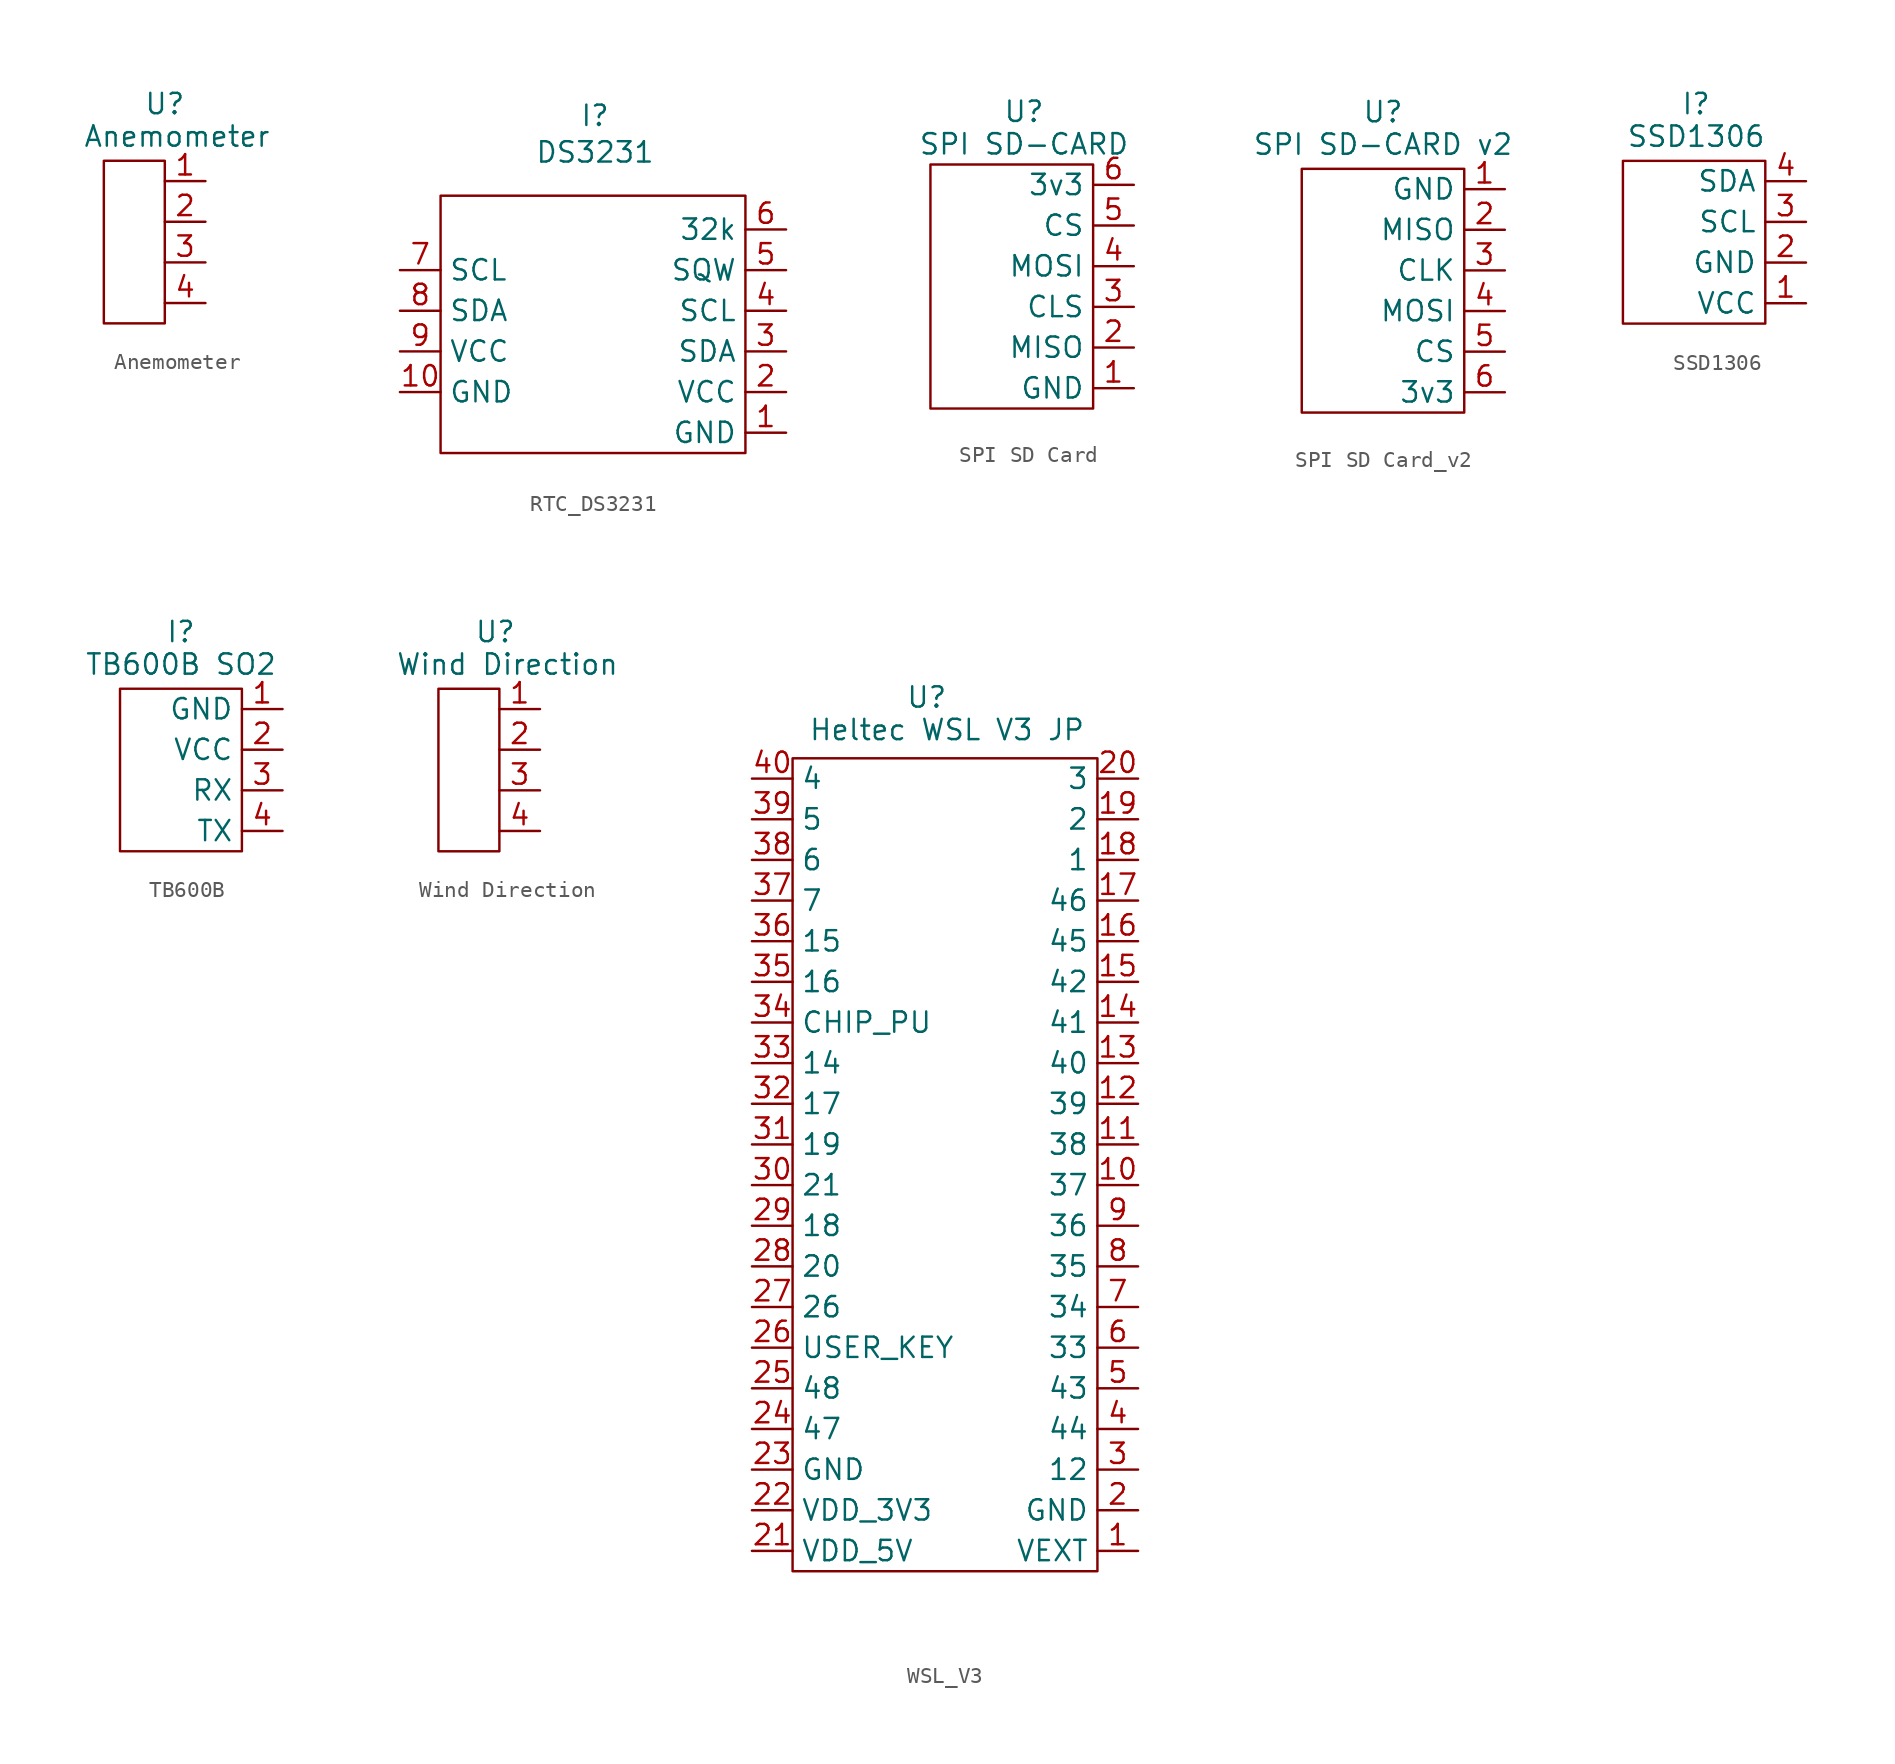
<source format=kicad_sym>
(kicad_symbol_lib
  (version 20241209)
  (generator "kicad_symbol_editor")
  (generator_version "9.0")
  (symbol "Anemometer"
    (property "Reference" "U"
      (at 7.62 4.826 0)
      (effects (font (size 1.27 1.27))))
    (property "Value" "Anemometer"
      (at 8.382 2.794 0)
      (effects (font (size 1.27 1.27))))
    (symbol "Anemometer_0_1"
      (rectangle (start 3.81 1.27) (end 7.62 -8.89) (stroke (width 0) (type default)) (fill (type none))))
    (symbol "Anemometer_1_1"
      (pin passive line (at 10.16 0 180) (length 2.54) (name "" (effects (font (size 1.27 1.27)))) (number "1" (effects (font (size 1.27 1.27)))))
      (pin power_in line (at 10.16 -2.54 180) (length 2.54) (name "" (effects (font (size 1.27 1.27)))) (number "2" (effects (font (size 1.27 1.27)))))
      (pin bidirectional line (at 10.16 -5.08 180) (length 2.54) (name "" (effects (font (size 1.27 1.27)))) (number "3" (effects (font (size 1.27 1.27)))))
      (pin bidirectional line (at 10.16 -7.62 180) (length 2.54) (name "" (effects (font (size 1.27 1.27)))) (number "4" (effects (font (size 1.27 1.27)))))))
  (symbol "RTC_DS3231​"
    (property "Reference" "I"
      (at -10.668 13.462 0)
      (effects (font (size 1.27 1.27))))
    (property "Value" "DS3231​"
      (at -10.668 11.176 0)
      (effects (font (size 1.27 1.27))))
    (symbol "RTC_DS3231​_0_1"
      (rectangle (start -1.27 8.46) (end -20.32 -7.62) (stroke (width 0) (type default)) (fill (type none))))
    (symbol "RTC_DS3231​_1_1"
      (pin bidirectional line (at -22.86 3.81 0) (length 2.54) (name "SCL" (effects (font (size 1.27 1.27)))) (number "7" (effects (font (size 1.27 1.27)))))
      (pin bidirectional line (at -22.86 1.27 0) (length 2.54) (name "SDA" (effects (font (size 1.27 1.27)))) (number "8" (effects (font (size 1.27 1.27)))))
      (pin power_in line (at -22.86 -1.27 0) (length 2.54) (name "VCC" (effects (font (size 1.27 1.27)))) (number "9" (effects (font (size 1.27 1.27)))))
      (pin passive line (at -22.86 -3.81 0) (length 2.54) (name "GND" (effects (font (size 1.27 1.27)))) (number "10" (effects (font (size 1.27 1.27)))))
      (pin output line (at 1.27 6.35 180) (length 2.54) (name "32k" (effects (font (size 1.27 1.27)))) (number "6" (effects (font (size 1.27 1.27)))))
      (pin output line (at 1.27 3.81 180) (length 2.54) (name "SQW" (effects (font (size 1.27 1.27)))) (number "5" (effects (font (size 1.27 1.27)))))
      (pin bidirectional line (at 1.27 1.27 180) (length 2.54) (name "SCL" (effects (font (size 1.27 1.27)))) (number "4" (effects (font (size 1.27 1.27)))))
      (pin bidirectional line (at 1.27 -1.27 180) (length 2.54) (name "SDA" (effects (font (size 1.27 1.27)))) (number "3" (effects (font (size 1.27 1.27)))))
      (pin power_in line (at 1.27 -3.81 180) (length 2.54) (name "VCC" (effects (font (size 1.27 1.27)))) (number "2" (effects (font (size 1.27 1.27)))))
      (pin passive line (at 1.27 -6.35 180) (length 2.54) (name "GND" (effects (font (size 1.27 1.27)))) (number "1" (effects (font (size 1.27 1.27)))))))
  (symbol "SPI SD Card"
    (property "Reference" "U"
      (at 5.842 9.652 0)
      (effects (font (size 1.27 1.27))))
    (property "Value" "SPI SD-CARD"
      (at 5.842 7.62 0)
      (effects (font (size 1.27 1.27))))
    (symbol "SPI SD Card_0_1"
      (rectangle (start 0 6.35) (end 10.16 -8.89) (stroke (width 0) (type default)) (fill (type none))))
    (symbol "SPI SD Card_1_1"
      (pin power_in line (at 12.7 5.08 180) (length 2.54) (name "3v3" (effects (font (size 1.27 1.27)))) (number "6" (effects (font (size 1.27 1.27)))))
      (pin bidirectional line (at 12.7 2.54 180) (length 2.54) (name "CS" (effects (font (size 1.27 1.27)))) (number "5" (effects (font (size 1.27 1.27)))))
      (pin bidirectional line (at 12.7 0 180) (length 2.54) (name "MOSI" (effects (font (size 1.27 1.27)))) (number "4" (effects (font (size 1.27 1.27)))))
      (pin bidirectional line (at 12.7 -2.54 180) (length 2.54) (name "CLS" (effects (font (size 1.27 1.27)))) (number "3" (effects (font (size 1.27 1.27)))))
      (pin bidirectional line (at 12.7 -5.08 180) (length 2.54) (name "MISO" (effects (font (size 1.27 1.27)))) (number "2" (effects (font (size 1.27 1.27)))))
      (pin passive line (at 12.7 -7.62 180) (length 2.54) (name "GND" (effects (font (size 1.27 1.27)))) (number "1" (effects (font (size 1.27 1.27)))))))
  (symbol "SPI SD Card_v2"
    (property "Reference" "U"
      (at 0 9.906 0)
      (effects (font (size 1.27 1.27))))
    (property "Value" "SPI SD-CARD v2"
      (at 0 7.874 0)
      (effects (font (size 1.27 1.27))))
    (symbol "SPI SD Card_v2_0_1"
      (rectangle (start -5.08 6.35) (end 5.08 -8.89) (stroke (width 0) (type default)) (fill (type none))))
    (symbol "SPI SD Card_v2_1_1"
      (pin passive line (at 7.62 5.08 180) (length 2.54) (name "GND" (effects (font (size 1.27 1.27)))) (number "1" (effects (font (size 1.27 1.27)))))
      (pin bidirectional line (at 7.62 2.54 180) (length 2.54) (name "MISO" (effects (font (size 1.27 1.27)))) (number "2" (effects (font (size 1.27 1.27)))))
      (pin bidirectional line (at 7.62 0 180) (length 2.54) (name "CLK" (effects (font (size 1.27 1.27)))) (number "3" (effects (font (size 1.27 1.27)))))
      (pin bidirectional line (at 7.62 -2.54 180) (length 2.54) (name "MOSI" (effects (font (size 1.27 1.27)))) (number "4" (effects (font (size 1.27 1.27)))))
      (pin bidirectional line (at 7.62 -5.08 180) (length 2.54) (name "CS" (effects (font (size 1.27 1.27)))) (number "5" (effects (font (size 1.27 1.27)))))
      (pin power_in line (at 7.62 -7.62 180) (length 2.54) (name "3v3" (effects (font (size 1.27 1.27)))) (number "6" (effects (font (size 1.27 1.27)))))))
  (symbol "SSD1306​"
    (property "Reference" "I"
      (at -0.508 4.826 0)
      (effects (font (size 1.27 1.27))))
    (property "Value" "SSD1306​"
      (at -0.508 2.794 0)
      (effects (font (size 1.27 1.27))))
    (symbol "SSD1306​_0_1"
      (rectangle (start -5.08 1.27) (end 3.81 -8.89) (stroke (width 0) (type default)) (fill (type none))))
    (symbol "SSD1306​_1_1"
      (pin bidirectional line (at 6.35 0 180) (length 2.54) (name "SDA" (effects (font (size 1.27 1.27)))) (number "4" (effects (font (size 1.27 1.27)))))
      (pin bidirectional line (at 6.35 -2.54 180) (length 2.54) (name "SCL" (effects (font (size 1.27 1.27)))) (number "3" (effects (font (size 1.27 1.27)))))
      (pin power_in line (at 6.35 -5.08 180) (length 2.54) (name "GND" (effects (font (size 1.27 1.27)))) (number "2" (effects (font (size 1.27 1.27)))))
      (pin passive line (at 6.35 -7.62 180) (length 2.54) (name "VCC" (effects (font (size 1.27 1.27)))) (number "1" (effects (font (size 1.27 1.27)))))))
  (symbol "TB600B"
    (property "Reference" "I"
      (at 0 8.636 0)
      (effects (font (size 1.27 1.27))))
    (property "Value" "TB600B SO2"
      (at 0 6.604 0)
      (effects (font (size 1.27 1.27))))
    (symbol "TB600B_0_1"
      (rectangle (start -3.81 5.08) (end 3.81 -5.08) (stroke (width 0) (type default)) (fill (type none))))
    (symbol "TB600B_1_1"
      (pin passive line (at 6.35 3.81 180) (length 2.54) (name "GND" (effects (font (size 1.27 1.27)))) (number "1" (effects (font (size 1.27 1.27)))))
      (pin power_in line (at 6.35 1.27 180) (length 2.54) (name "VCC" (effects (font (size 1.27 1.27)))) (number "2" (effects (font (size 1.27 1.27)))))
      (pin bidirectional line (at 6.35 -1.27 180) (length 2.54) (name "RX" (effects (font (size 1.27 1.27)))) (number "3" (effects (font (size 1.27 1.27)))))
      (pin bidirectional line (at 6.35 -3.81 180) (length 2.54) (name "TX" (effects (font (size 1.27 1.27)))) (number "4" (effects (font (size 1.27 1.27)))))))
  (symbol "Wind Direction"
    (property "Reference" "U"
      (at 3.556 4.826 0)
      (effects (font (size 1.27 1.27))))
    (property "Value" "Wind Direction"
      (at 4.318 2.794 0)
      (effects (font (size 1.27 1.27))))
    (symbol "Wind Direction_0_1"
      (rectangle (start 0 1.27) (end 3.81 -8.89) (stroke (width 0) (type default)) (fill (type none))))
    (symbol "Wind Direction_1_1"
      (pin passive line (at 6.35 0 180) (length 2.54) (name "" (effects (font (size 1.27 1.27)))) (number "1" (effects (font (size 1.27 1.27)))))
      (pin power_in line (at 6.35 -2.54 180) (length 2.54) (name "" (effects (font (size 1.27 1.27)))) (number "2" (effects (font (size 1.27 1.27)))))
      (pin bidirectional line (at 6.35 -5.08 180) (length 2.54) (name "" (effects (font (size 1.27 1.27)))) (number "3" (effects (font (size 1.27 1.27)))))
      (pin bidirectional line (at 6.35 -7.62 180) (length 2.54) (name "" (effects (font (size 1.27 1.27)))) (number "4" (effects (font (size 1.27 1.27)))))))
  (symbol "WSL_V3"
    (property "Reference" "U"
      (at -5.588 16.51 0)
      (effects (font (size 1.27 1.27))))
    (property "Value" "Heltec WSL V3 JP"
      (at -4.318 14.478 0)
      (effects (font (size 1.27 1.27))))
    (symbol "WSL_V3_0_1"
      (rectangle (start -13.97 12.7) (end 5.08 -38.1) (stroke (width 0) (type default)) (fill (type none))))
    (symbol "WSL_V3_1_1"
      (pin bidirectional line (at -16.51 11.43 0) (length 2.54) (name "4" (effects (font (size 1.27 1.27)))) (number "40" (effects (font (size 1.27 1.27)))))
      (pin bidirectional line (at -16.51 8.89 0) (length 2.54) (name "5" (effects (font (size 1.27 1.27)))) (number "39" (effects (font (size 1.27 1.27)))))
      (pin bidirectional line (at -16.51 6.35 0) (length 2.54) (name "6" (effects (font (size 1.27 1.27)))) (number "38" (effects (font (size 1.27 1.27)))))
      (pin bidirectional line (at -16.51 3.81 0) (length 2.54) (name "7" (effects (font (size 1.27 1.27)))) (number "37" (effects (font (size 1.27 1.27)))))
      (pin bidirectional line (at -16.51 1.27 0) (length 2.54) (name "15" (effects (font (size 1.27 1.27)))) (number "36" (effects (font (size 1.27 1.27)))))
      (pin bidirectional line (at -16.51 -1.27 0) (length 2.54) (name "16" (effects (font (size 1.27 1.27)))) (number "35" (effects (font (size 1.27 1.27)))))
      (pin input line (at -16.51 -3.81 0) (length 2.54) (name "CHIP_PU" (effects (font (size 1.27 1.27)))) (number "34" (effects (font (size 1.27 1.27)))))
      (pin bidirectional line (at -16.51 -6.35 0) (length 2.54) (name "14" (effects (font (size 1.27 1.27)))) (number "33" (effects (font (size 1.27 1.27)))))
      (pin bidirectional line (at -16.51 -8.89 0) (length 2.54) (name "17" (effects (font (size 1.27 1.27)))) (number "32" (effects (font (size 1.27 1.27)))))
      (pin bidirectional line (at -16.51 -11.43 0) (length 2.54) (name "19" (effects (font (size 1.27 1.27)))) (number "31" (effects (font (size 1.27 1.27)))))
      (pin bidirectional line (at -16.51 -13.97 0) (length 2.54) (name "21" (effects (font (size 1.27 1.27)))) (number "30" (effects (font (size 1.27 1.27)))))
      (pin bidirectional line (at -16.51 -16.51 0) (length 2.54) (name "18" (effects (font (size 1.27 1.27)))) (number "29" (effects (font (size 1.27 1.27)))))
      (pin bidirectional line (at -16.51 -19.05 0) (length 2.54) (name "20" (effects (font (size 1.27 1.27)))) (number "28" (effects (font (size 1.27 1.27)))))
      (pin bidirectional line (at -16.51 -21.59 0) (length 2.54) (name "26" (effects (font (size 1.27 1.27)))) (number "27" (effects (font (size 1.27 1.27)))))
      (pin bidirectional line (at -16.51 -24.13 0) (length 2.54) (name "USER_KEY" (effects (font (size 1.27 1.27)))) (number "26" (effects (font (size 1.27 1.27)))))
      (pin bidirectional line (at -16.51 -26.67 0) (length 2.54) (name "48" (effects (font (size 1.27 1.27)))) (number "25" (effects (font (size 1.27 1.27)))))
      (pin bidirectional line (at -16.51 -29.21 0) (length 2.54) (name "47" (effects (font (size 1.27 1.27)))) (number "24" (effects (font (size 1.27 1.27)))))
      (pin passive line (at -16.51 -31.75 0) (length 2.54) (name "GND" (effects (font (size 1.27 1.27)))) (number "23" (effects (font (size 1.27 1.27)))))
      (pin power_in line (at -16.51 -34.29 0) (length 2.54) (name "VDD_3V3" (effects (font (size 1.27 1.27)))) (number "22" (effects (font (size 1.27 1.27)))))
      (pin power_in line (at -16.51 -36.83 0) (length 2.54) (name "VDD_5V" (effects (font (size 1.27 1.27)))) (number "21" (effects (font (size 1.27 1.27)))))
      (pin bidirectional line (at 7.62 11.43 180) (length 2.54) (name "3" (effects (font (size 1.27 1.27)))) (number "20" (effects (font (size 1.27 1.27)))))
      (pin bidirectional line (at 7.62 8.89 180) (length 2.54) (name "2" (effects (font (size 1.27 1.27)))) (number "19" (effects (font (size 1.27 1.27)))))
      (pin bidirectional line (at 7.62 6.35 180) (length 2.54) (name "1" (effects (font (size 1.27 1.27)))) (number "18" (effects (font (size 1.27 1.27)))))
      (pin bidirectional line (at 7.62 3.81 180) (length 2.54) (name "46" (effects (font (size 1.27 1.27)))) (number "17" (effects (font (size 1.27 1.27)))))
      (pin bidirectional line (at 7.62 1.27 180) (length 2.54) (name "45" (effects (font (size 1.27 1.27)))) (number "16" (effects (font (size 1.27 1.27)))))
      (pin bidirectional line (at 7.62 -1.27 180) (length 2.54) (name "42" (effects (font (size 1.27 1.27)))) (number "15" (effects (font (size 1.27 1.27)))))
      (pin bidirectional line (at 7.62 -3.81 180) (length 2.54) (name "41" (effects (font (size 1.27 1.27)))) (number "14" (effects (font (size 1.27 1.27)))))
      (pin bidirectional line (at 7.62 -6.35 180) (length 2.54) (name "40" (effects (font (size 1.27 1.27)))) (number "13" (effects (font (size 1.27 1.27)))))
      (pin bidirectional line (at 7.62 -8.89 180) (length 2.54) (name "39" (effects (font (size 1.27 1.27)))) (number "12" (effects (font (size 1.27 1.27)))))
      (pin bidirectional line (at 7.62 -11.43 180) (length 2.54) (name "38" (effects (font (size 1.27 1.27)))) (number "11" (effects (font (size 1.27 1.27)))))
      (pin bidirectional line (at 7.62 -13.97 180) (length 2.54) (name "37" (effects (font (size 1.27 1.27)))) (number "10" (effects (font (size 1.27 1.27)))))
      (pin bidirectional line (at 7.62 -16.51 180) (length 2.54) (name "36" (effects (font (size 1.27 1.27)))) (number "9" (effects (font (size 1.27 1.27)))))
      (pin bidirectional line (at 7.62 -19.05 180) (length 2.54) (name "35" (effects (font (size 1.27 1.27)))) (number "8" (effects (font (size 1.27 1.27)))))
      (pin bidirectional line (at 7.62 -21.59 180) (length 2.54) (name "34" (effects (font (size 1.27 1.27)))) (number "7" (effects (font (size 1.27 1.27)))))
      (pin bidirectional line (at 7.62 -24.13 180) (length 2.54) (name "33" (effects (font (size 1.27 1.27)))) (number "6" (effects (font (size 1.27 1.27)))))
      (pin bidirectional line (at 7.62 -26.67 180) (length 2.54) (name "43" (effects (font (size 1.27 1.27)))) (number "5" (effects (font (size 1.27 1.27)))))
      (pin bidirectional line (at 7.62 -29.21 180) (length 2.54) (name "44" (effects (font (size 1.27 1.27)))) (number "4" (effects (font (size 1.27 1.27)))))
      (pin bidirectional line (at 7.62 -31.75 180) (length 2.54) (name "12" (effects (font (size 1.27 1.27)))) (number "3" (effects (font (size 1.27 1.27)))))
      (pin passive line (at 7.62 -34.29 180) (length 2.54) (name "GND" (effects (font (size 1.27 1.27)))) (number "2" (effects (font (size 1.27 1.27)))))
      (pin power_out line (at 7.62 -36.83 180) (length 2.54) (name "VEXT" (effects (font (size 1.27 1.27)))) (number "1" (effects (font (size 1.27 1.27))))))))
</source>
